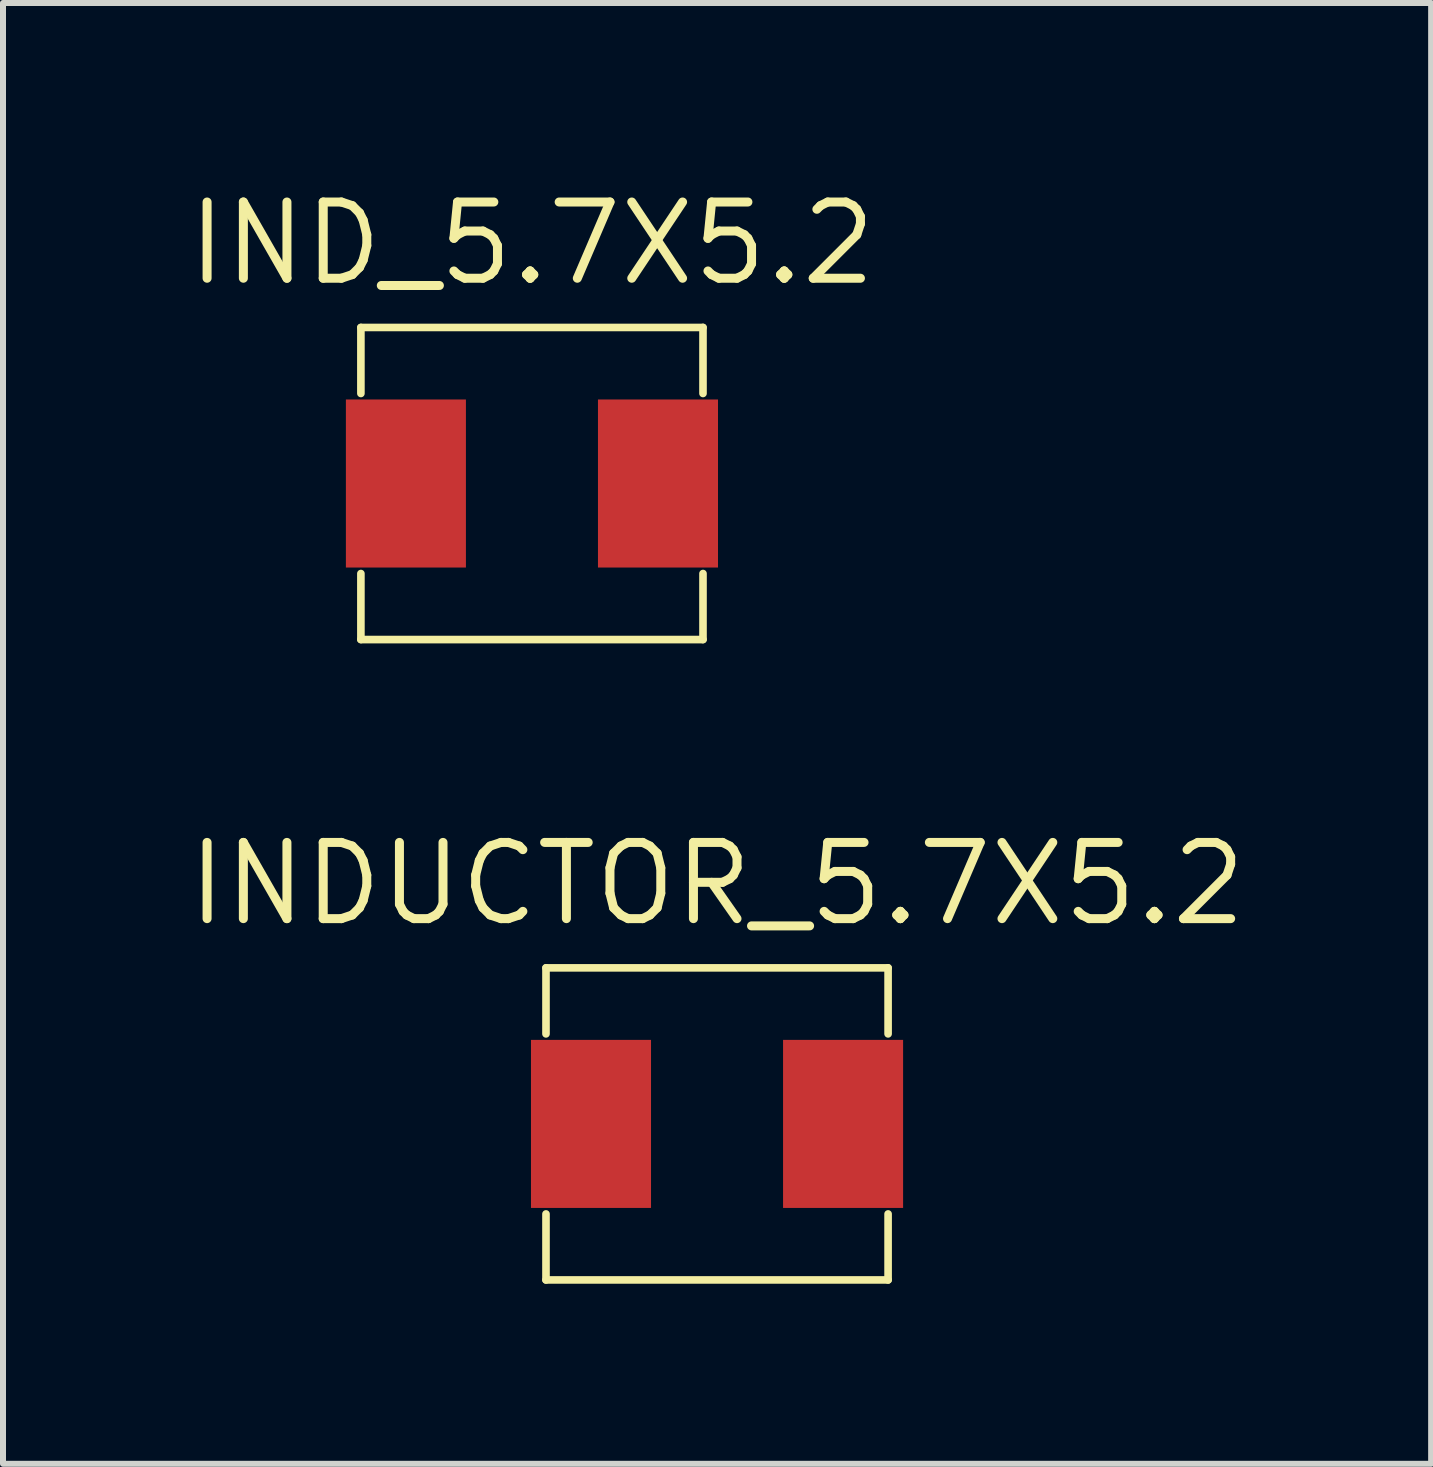
<source format=kicad_pcb>
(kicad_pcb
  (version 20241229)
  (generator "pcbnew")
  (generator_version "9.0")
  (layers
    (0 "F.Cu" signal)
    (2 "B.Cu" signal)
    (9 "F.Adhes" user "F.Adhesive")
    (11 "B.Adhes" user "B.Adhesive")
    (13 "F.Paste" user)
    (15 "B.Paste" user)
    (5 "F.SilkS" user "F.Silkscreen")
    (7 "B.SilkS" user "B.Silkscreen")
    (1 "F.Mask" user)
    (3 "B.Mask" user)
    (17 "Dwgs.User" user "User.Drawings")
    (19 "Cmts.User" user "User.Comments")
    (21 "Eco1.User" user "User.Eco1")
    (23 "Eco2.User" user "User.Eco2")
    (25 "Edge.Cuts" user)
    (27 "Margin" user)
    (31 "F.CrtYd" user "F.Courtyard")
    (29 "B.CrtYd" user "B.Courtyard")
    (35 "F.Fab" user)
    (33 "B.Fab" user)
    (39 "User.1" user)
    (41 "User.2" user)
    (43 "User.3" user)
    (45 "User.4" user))
  (footprint "IND_5.7X5.2"
    (layer "F.Cu")
    (at 5.813 5.006)
    (property "Reference" "IND_5.7X5.2" (at 0 -4 0) (layer "F.SilkS") (effects (font (size 1.27 1.27) (thickness 0.15))))
    (fp_line (start -2.85 -2.6) (end 2.85 -2.6) (stroke (width 0.127) (type solid)) (layer "F.SilkS"))
    (fp_line (start -2.85 -1.5) (end -2.85 -2.6) (stroke (width 0.127) (type solid)) (layer "F.SilkS"))
    (fp_line (start -2.85 1.5) (end -2.85 2.6) (stroke (width 0.127) (type solid)) (layer "F.SilkS"))
    (fp_line (start -2.85 2.6) (end 2.85 2.6) (stroke (width 0.127) (type solid)) (layer "F.SilkS"))
    (fp_line (start 2.85 -2.6) (end 2.85 -1.5) (stroke (width 0.127) (type solid)) (layer "F.SilkS"))
    (fp_line (start 2.85 2.6) (end 2.85 1.5) (stroke (width 0.127) (type solid)) (layer "F.SilkS"))
    (pad "1" smd rect (at -2.1 0) (size 2 2.8) (layers "F.Cu" "F.Mask" "F.Paste"))
    (pad "2" smd rect (at 2.1 0) (size 2 2.8) (layers "F.Cu" "F.Mask" "F.Paste")))
  (footprint "INDUCTOR_5.7X5.2"
    (layer "F.Cu")
    (at 8.897 15.676)
    (property "Reference" "INDUCTOR_5.7X5.2" (at 0 -4 0) (layer "F.SilkS") (effects (font (size 1.27 1.27) (thickness 0.15))))
    (fp_line (start -2.85 -2.6) (end 2.85 -2.6) (stroke (width 0.127) (type solid)) (layer "F.SilkS"))
    (fp_line (start -2.85 -1.5) (end -2.85 -2.6) (stroke (width 0.127) (type solid)) (layer "F.SilkS"))
    (fp_line (start -2.85 1.5) (end -2.85 2.6) (stroke (width 0.127) (type solid)) (layer "F.SilkS"))
    (fp_line (start -2.85 2.6) (end 2.85 2.6) (stroke (width 0.127) (type solid)) (layer "F.SilkS"))
    (fp_line (start 2.85 -2.6) (end 2.85 -1.5) (stroke (width 0.127) (type solid)) (layer "F.SilkS"))
    (fp_line (start 2.85 2.6) (end 2.85 1.5) (stroke (width 0.127) (type solid)) (layer "F.SilkS"))
    (pad "P$1" smd rect (at -2.1 0) (size 2 2.8) (layers "F.Cu" "F.Mask" "F.Paste"))
    (pad "P$2" smd rect (at 2.1 0) (size 2 2.8) (layers "F.Cu" "F.Mask" "F.Paste")))
  (gr_rect
    (start -3 -3)
    (end 20.795 21.339)
    (stroke (width 0.1) (type default))
    (fill no)
    (layer "Edge.Cuts")))
</source>
